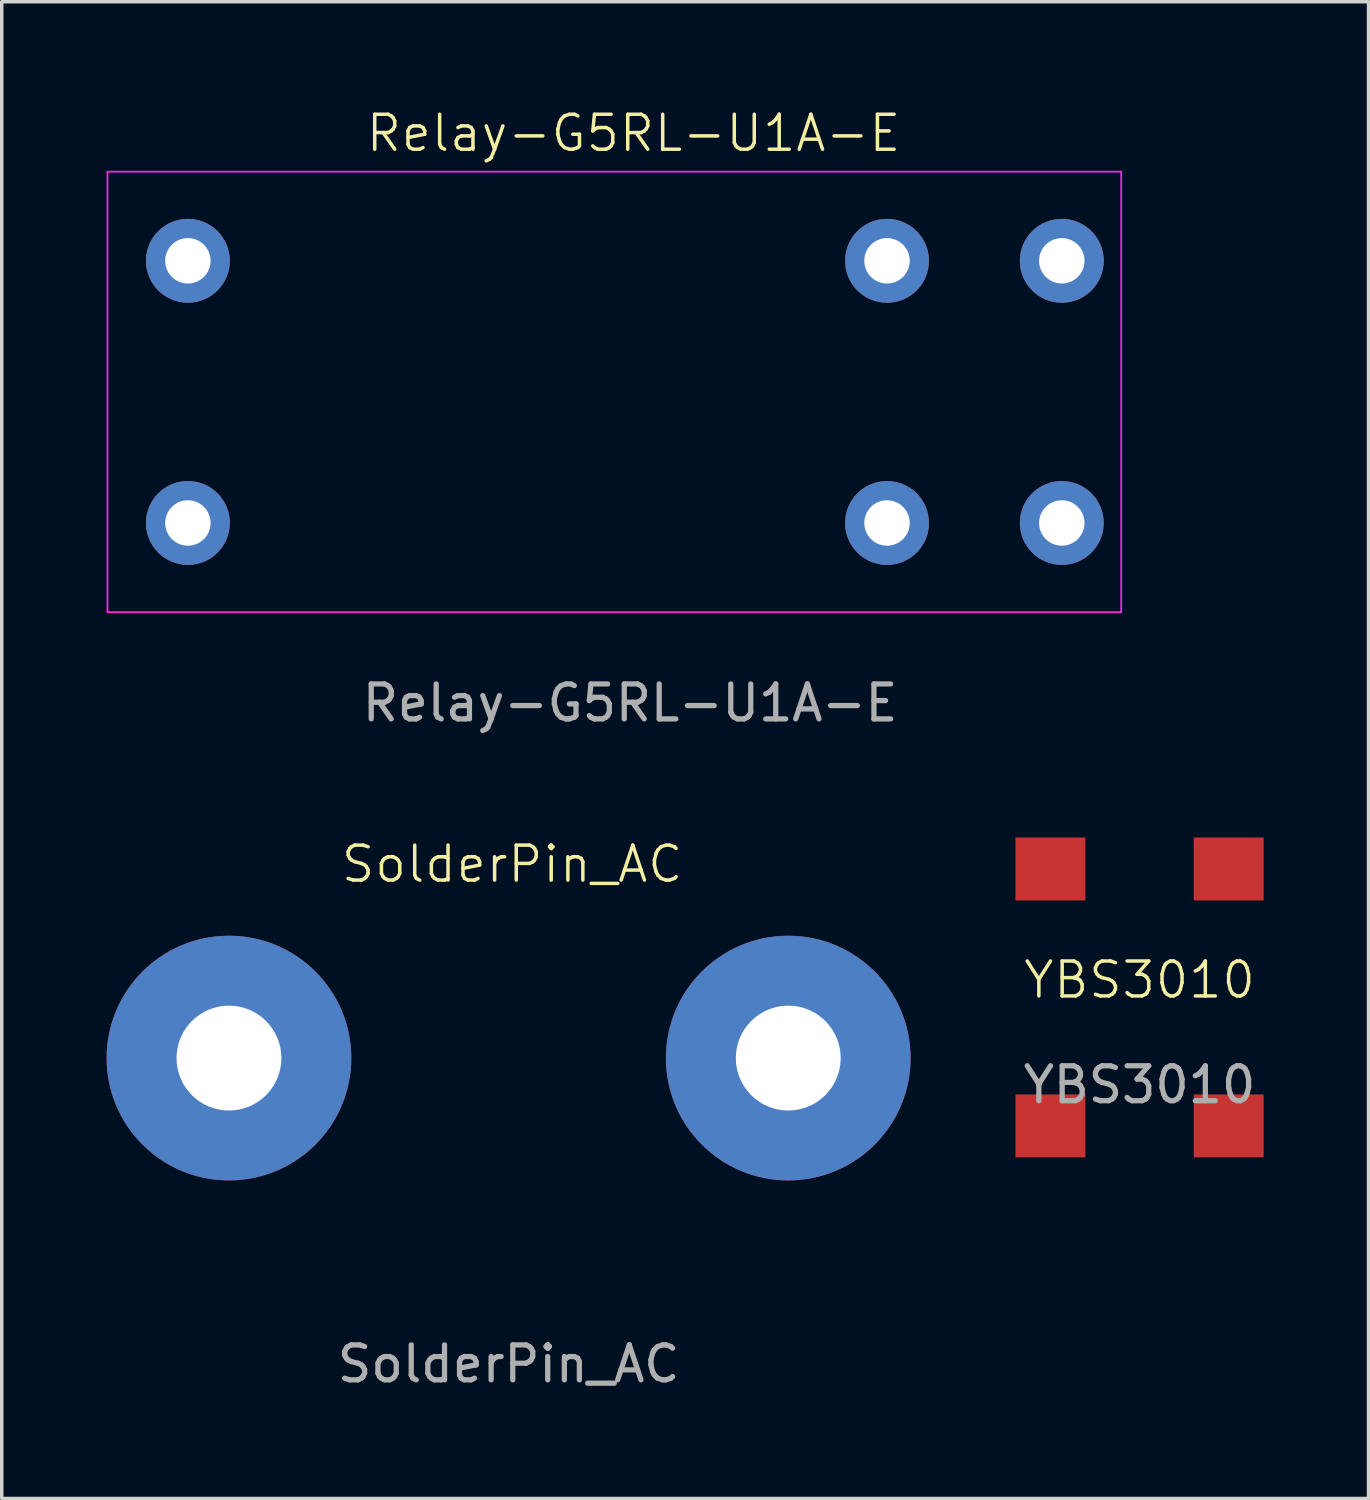
<source format=kicad_pcb>
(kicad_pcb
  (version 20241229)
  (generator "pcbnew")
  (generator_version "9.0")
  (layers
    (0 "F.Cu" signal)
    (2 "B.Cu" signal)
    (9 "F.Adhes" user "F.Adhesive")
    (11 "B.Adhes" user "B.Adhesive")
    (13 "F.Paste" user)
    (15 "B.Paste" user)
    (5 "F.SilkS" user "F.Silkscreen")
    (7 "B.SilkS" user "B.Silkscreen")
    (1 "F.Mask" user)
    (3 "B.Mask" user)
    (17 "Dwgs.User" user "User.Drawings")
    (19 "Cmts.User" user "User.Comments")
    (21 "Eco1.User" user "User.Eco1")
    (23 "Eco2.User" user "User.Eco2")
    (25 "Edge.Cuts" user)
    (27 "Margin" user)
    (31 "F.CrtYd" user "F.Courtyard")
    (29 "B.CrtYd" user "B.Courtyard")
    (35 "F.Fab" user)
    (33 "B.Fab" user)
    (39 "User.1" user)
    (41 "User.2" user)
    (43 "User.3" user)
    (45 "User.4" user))
  (footprint "Relay-G5RL-U1A-E"
    (layer "F.Cu")
    (at 14.825 8.161)
    (property "Reference" "Relay-G5RL-U1A-E" (at 0.25 -7.4 0) (unlocked yes) (layer "F.SilkS") (effects (font (size 1 1) (thickness 0.1))))
    (attr through_hole)
    (fp_line (start -14.8 -6.3) (end -14.8 6.3) (stroke (width 0.05) (type default)) (layer "F.CrtYd"))
    (fp_line (start -14.8 6.3) (end 14.2 6.3) (stroke (width 0.05) (type default)) (layer "F.CrtYd"))
    (fp_line (start 14.2 -6.3) (end -14.8 -6.3) (stroke (width 0.05) (type default)) (layer "F.CrtYd"))
    (fp_line (start 14.2 -6.3) (end 14.2 6.3) (stroke (width 0.05) (type default)) (layer "F.CrtYd"))
    (fp_text user "${REFERENCE}" (at 0.15 8.9 0) (unlocked yes) (layer "F.Fab") (effects (font (size 1 1) (thickness 0.15))))
    (pad "1" thru_hole circle (at -12.5 -3.75) (size 2.4 2.4) (drill 1.3) (layers "*.Cu" "*.Mask"))
    (pad "2" thru_hole circle (at -12.5 3.75) (size 2.4 2.4) (drill 1.3) (layers "*.Cu" "*.Mask"))
    (pad "3" thru_hole circle (at 7.5 -3.75) (size 2.4 2.4) (drill 1.3) (layers "*.Cu" "*.Mask"))
    (pad "4" thru_hole circle (at 12.5 -3.75) (size 2.4 2.4) (drill 1.3) (layers "*.Cu" "*.Mask"))
    (pad "5" thru_hole circle (at 7.5 3.75) (size 2.4 2.4) (drill 1.3) (layers "*.Cu" "*.Mask"))
    (pad "6" thru_hole circle (at 12.5 3.75) (size 2.4 2.4) (drill 1.3) (layers "*.Cu" "*.Mask")))
  (footprint "YBS3010"
    (layer "F.Cu")
    (at 29.55 25.484)
    (property "Reference" "YBS3010" (at 0 -0.5 0) (unlocked yes) (layer "F.SilkS") (effects (font (size 1 1) (thickness 0.1))))
    (attr smd)
    (fp_text user "${REFERENCE}" (at 0 2.5 0) (unlocked yes) (layer "F.Fab") (effects (font (size 1 1) (thickness 0.15))))
    (pad "1" smd rect (at 2.55 -3.675 90) (size 1.8 2) (layers "F.Cu" "F.Mask" "F.Paste"))
    (pad "2" smd rect (at -2.55 -3.675 90) (size 1.8 2) (layers "F.Cu" "F.Mask" "F.Paste"))
    (pad "3" smd rect (at -2.55 3.675 90) (size 1.8 2) (layers "F.Cu" "F.Mask" "F.Paste"))
    (pad "4" smd rect (at 2.55 3.675 90) (size 1.8 2) (layers "F.Cu" "F.Mask" "F.Paste")))
  (footprint "SolderPin_AC"
    (layer "F.Cu")
    (at 11.5 27.219)
    (property "Reference" "SolderPin_AC" (at 0.1 -5.55 0) (unlocked yes) (layer "F.SilkS") (effects (font (size 1 1) (thickness 0.1))))
    (attr through_hole)
    (fp_text user "${REFERENCE}" (at 0 8.75 0) (unlocked yes) (layer "F.Fab") (effects (font (size 1 1) (thickness 0.15))))
    (pad "1" thru_hole circle (at -8 0) (size 7 7) (drill 3) (layers "*.Cu" "*.Mask"))
    (pad "2" thru_hole circle (at 8 0) (size 7 7) (drill 3) (layers "*.Cu" "*.Mask")))
  (gr_rect
    (start -3 -3)
    (end 36.1 39.818)
    (stroke (width 0.1) (type default))
    (fill no)
    (layer "Edge.Cuts")))
</source>
